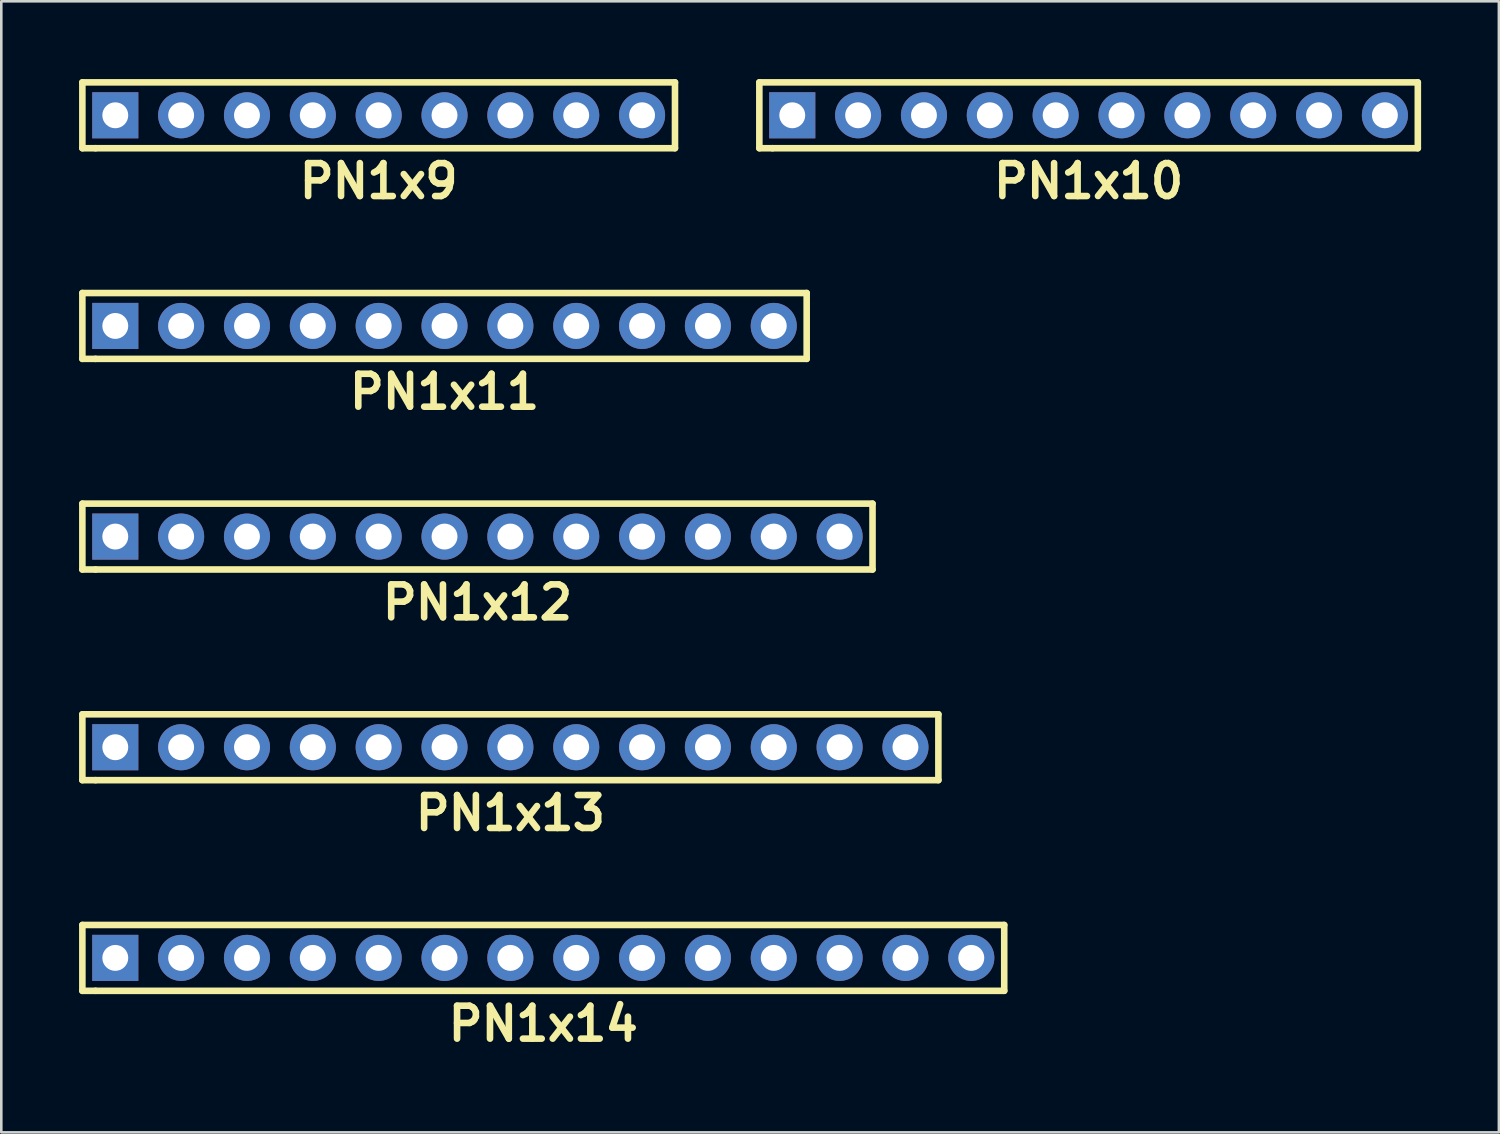
<source format=kicad_pcb>
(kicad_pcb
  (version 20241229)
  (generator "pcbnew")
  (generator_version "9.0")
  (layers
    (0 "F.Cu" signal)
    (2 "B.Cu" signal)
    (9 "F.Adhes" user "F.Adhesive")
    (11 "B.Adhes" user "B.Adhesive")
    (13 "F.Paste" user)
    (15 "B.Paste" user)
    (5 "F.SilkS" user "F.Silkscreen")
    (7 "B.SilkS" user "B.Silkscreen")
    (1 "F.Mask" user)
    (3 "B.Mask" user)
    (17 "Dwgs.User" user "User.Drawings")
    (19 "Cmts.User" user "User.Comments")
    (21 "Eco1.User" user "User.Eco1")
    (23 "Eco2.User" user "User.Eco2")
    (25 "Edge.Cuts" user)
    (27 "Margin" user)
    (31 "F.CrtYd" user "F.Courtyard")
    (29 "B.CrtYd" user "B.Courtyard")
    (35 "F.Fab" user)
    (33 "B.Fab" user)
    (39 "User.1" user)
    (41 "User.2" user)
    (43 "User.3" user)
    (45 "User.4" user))
  (footprint "PN1x9"
    (layer "F.Cu")
    (at 11.557 1.397)
    (property "Reference" "PN1x9" (at 0 2.54 0) (layer "F.SilkS") (effects (font (size 1.27 1.27) (thickness 0.254))))
    (attr smd)
    (fp_line (start -11.43 -1.27) (end -11.43 1.27) (stroke (width 0.254) (type solid)) (layer "F.SilkS"))
    (fp_line (start -11.43 -1.27) (end 11.43 -1.27) (stroke (width 0.254) (type solid)) (layer "F.SilkS"))
    (fp_line (start -10.922 1.27) (end -11.43 1.27) (stroke (width 0.254) (type solid)) (layer "F.SilkS"))
    (fp_line (start 11.43 -1.27) (end 11.43 1.27) (stroke (width 0.254) (type solid)) (layer "F.SilkS"))
    (fp_line (start 11.43 1.27) (end -10.922 1.27) (stroke (width 0.254) (type solid)) (layer "F.SilkS"))
    (pad "1" thru_hole rect (at -10.16 0) (size 1.778 1.778) (drill 1) (layers "*.Cu" "*.Mask"))
    (pad "2" thru_hole circle (at -7.62 0) (size 1.778 1.778) (drill 1) (layers "*.Cu" "*.Mask"))
    (pad "3" thru_hole circle (at -5.08 0) (size 1.778 1.778) (drill 1) (layers "*.Cu" "*.Mask"))
    (pad "4" thru_hole circle (at -2.54 0) (size 1.778 1.778) (drill 1) (layers "*.Cu" "*.Mask"))
    (pad "5" thru_hole circle (at 0 0) (size 1.778 1.778) (drill 1) (layers "*.Cu" "*.Mask"))
    (pad "6" thru_hole circle (at 2.54 0) (size 1.778 1.778) (drill 1) (layers "*.Cu" "*.Mask"))
    (pad "7" thru_hole circle (at 5.08 0) (size 1.778 1.778) (drill 1) (layers "*.Cu" "*.Mask"))
    (pad "8" thru_hole circle (at 7.62 0) (size 1.778 1.778) (drill 1) (layers "*.Cu" "*.Mask"))
    (pad "9" thru_hole circle (at 10.16 0) (size 1.778 1.778) (drill 1) (layers "*.Cu" "*.Mask")))
  (footprint "PN1x11"
    (layer "F.Cu")
    (at 14.097 9.523)
    (property "Reference" "PN1x11" (at 0 2.54 0) (layer "F.SilkS") (effects (font (size 1.27 1.27) (thickness 0.254))))
    (attr smd)
    (fp_line (start -13.97 -1.27) (end -13.97 1.27) (stroke (width 0.254) (type solid)) (layer "F.SilkS"))
    (fp_line (start -13.97 -1.27) (end 13.97 -1.27) (stroke (width 0.254) (type solid)) (layer "F.SilkS"))
    (fp_line (start -13.462 1.27) (end -13.97 1.27) (stroke (width 0.254) (type solid)) (layer "F.SilkS"))
    (fp_line (start 13.97 -1.27) (end 13.97 1.27) (stroke (width 0.254) (type solid)) (layer "F.SilkS"))
    (fp_line (start 13.97 1.27) (end -13.462 1.27) (stroke (width 0.254) (type solid)) (layer "F.SilkS"))
    (pad "1" thru_hole rect (at -12.7 0) (size 1.778 1.778) (drill 1) (layers "*.Cu" "*.Mask"))
    (pad "2" thru_hole circle (at -10.16 0) (size 1.778 1.778) (drill 1) (layers "*.Cu" "*.Mask"))
    (pad "3" thru_hole circle (at -7.62 0) (size 1.778 1.778) (drill 1) (layers "*.Cu" "*.Mask"))
    (pad "4" thru_hole circle (at -5.08 0) (size 1.778 1.778) (drill 1) (layers "*.Cu" "*.Mask"))
    (pad "5" thru_hole circle (at -2.54 0) (size 1.778 1.778) (drill 1) (layers "*.Cu" "*.Mask"))
    (pad "6" thru_hole circle (at 0 0) (size 1.778 1.778) (drill 1) (layers "*.Cu" "*.Mask"))
    (pad "7" thru_hole circle (at 2.54 0) (size 1.778 1.778) (drill 1) (layers "*.Cu" "*.Mask"))
    (pad "8" thru_hole circle (at 5.08 0) (size 1.778 1.778) (drill 1) (layers "*.Cu" "*.Mask"))
    (pad "9" thru_hole circle (at 7.62 0) (size 1.778 1.778) (drill 1) (layers "*.Cu" "*.Mask"))
    (pad "10" thru_hole circle (at 10.16 0) (size 1.778 1.778) (drill 1) (layers "*.Cu" "*.Mask"))
    (pad "11" thru_hole circle (at 12.7 0) (size 1.778 1.778) (drill 1) (layers "*.Cu" "*.Mask")))
  (footprint "PN1x14"
    (layer "F.Cu")
    (at 17.907 33.9)
    (property "Reference" "PN1x14" (at 0 2.54 0) (layer "F.SilkS") (effects (font (size 1.27 1.27) (thickness 0.254))))
    (attr smd)
    (fp_line (start -17.78 -1.27) (end -17.78 1.27) (stroke (width 0.254) (type solid)) (layer "F.SilkS"))
    (fp_line (start -17.78 -1.27) (end 17.78 -1.27) (stroke (width 0.254) (type solid)) (layer "F.SilkS"))
    (fp_line (start -17.272 1.27) (end -17.78 1.27) (stroke (width 0.254) (type solid)) (layer "F.SilkS"))
    (fp_line (start 17.78 -1.27) (end 17.78 1.27) (stroke (width 0.254) (type solid)) (layer "F.SilkS"))
    (fp_line (start 17.78 1.27) (end -17.272 1.27) (stroke (width 0.254) (type solid)) (layer "F.SilkS"))
    (pad "1" thru_hole rect (at -16.51 0) (size 1.778 1.778) (drill 1) (layers "*.Cu" "*.Mask"))
    (pad "2" thru_hole circle (at -13.97 0) (size 1.778 1.778) (drill 1) (layers "*.Cu" "*.Mask"))
    (pad "3" thru_hole circle (at -11.43 0) (size 1.778 1.778) (drill 1) (layers "*.Cu" "*.Mask"))
    (pad "4" thru_hole circle (at -8.89 0) (size 1.778 1.778) (drill 1) (layers "*.Cu" "*.Mask"))
    (pad "5" thru_hole circle (at -6.35 0) (size 1.778 1.778) (drill 1) (layers "*.Cu" "*.Mask"))
    (pad "6" thru_hole circle (at -3.81 0) (size 1.778 1.778) (drill 1) (layers "*.Cu" "*.Mask"))
    (pad "7" thru_hole circle (at -1.27 0) (size 1.778 1.778) (drill 1) (layers "*.Cu" "*.Mask"))
    (pad "8" thru_hole circle (at 1.27 0) (size 1.778 1.778) (drill 1) (layers "*.Cu" "*.Mask"))
    (pad "9" thru_hole circle (at 3.81 0) (size 1.778 1.778) (drill 1) (layers "*.Cu" "*.Mask"))
    (pad "10" thru_hole circle (at 6.35 0) (size 1.778 1.778) (drill 1) (layers "*.Cu" "*.Mask"))
    (pad "11" thru_hole circle (at 8.89 0) (size 1.778 1.778) (drill 1) (layers "*.Cu" "*.Mask"))
    (pad "12" thru_hole circle (at 11.43 0) (size 1.778 1.778) (drill 1) (layers "*.Cu" "*.Mask"))
    (pad "13" thru_hole circle (at 13.97 0) (size 1.778 1.778) (drill 1) (layers "*.Cu" "*.Mask"))
    (pad "14" thru_hole circle (at 16.51 0) (size 1.778 1.778) (drill 1) (layers "*.Cu" "*.Mask")))
  (footprint "PN1x10"
    (layer "F.Cu")
    (at 38.941 1.397)
    (property "Reference" "PN1x10" (at 0 2.54 0) (layer "F.SilkS") (effects (font (size 1.27 1.27) (thickness 0.254))))
    (attr smd)
    (fp_line (start -12.7 -1.27) (end -12.7 1.27) (stroke (width 0.254) (type solid)) (layer "F.SilkS"))
    (fp_line (start -12.7 -1.27) (end 12.7 -1.27) (stroke (width 0.254) (type solid)) (layer "F.SilkS"))
    (fp_line (start -12.192 1.27) (end -12.7 1.27) (stroke (width 0.254) (type solid)) (layer "F.SilkS"))
    (fp_line (start 12.7 -1.27) (end 12.7 1.27) (stroke (width 0.254) (type solid)) (layer "F.SilkS"))
    (fp_line (start 12.7 1.27) (end -12.192 1.27) (stroke (width 0.254) (type solid)) (layer "F.SilkS"))
    (pad "1" thru_hole rect (at -11.43 0) (size 1.778 1.778) (drill 1) (layers "*.Cu" "*.Mask"))
    (pad "2" thru_hole circle (at -8.89 0) (size 1.778 1.778) (drill 1) (layers "*.Cu" "*.Mask"))
    (pad "3" thru_hole circle (at -6.35 0) (size 1.778 1.778) (drill 1) (layers "*.Cu" "*.Mask"))
    (pad "4" thru_hole circle (at -3.81 0) (size 1.778 1.778) (drill 1) (layers "*.Cu" "*.Mask"))
    (pad "5" thru_hole circle (at -1.27 0) (size 1.778 1.778) (drill 1) (layers "*.Cu" "*.Mask"))
    (pad "6" thru_hole circle (at 1.27 0) (size 1.778 1.778) (drill 1) (layers "*.Cu" "*.Mask"))
    (pad "7" thru_hole circle (at 3.81 0) (size 1.778 1.778) (drill 1) (layers "*.Cu" "*.Mask"))
    (pad "8" thru_hole circle (at 6.35 0) (size 1.778 1.778) (drill 1) (layers "*.Cu" "*.Mask"))
    (pad "9" thru_hole circle (at 8.89 0) (size 1.778 1.778) (drill 1) (layers "*.Cu" "*.Mask"))
    (pad "10" thru_hole circle (at 11.43 0) (size 1.778 1.778) (drill 1) (layers "*.Cu" "*.Mask")))
  (footprint "PN1x13"
    (layer "F.Cu")
    (at 16.637 25.774)
    (property "Reference" "PN1x13" (at 0 2.54 0) (layer "F.SilkS") (effects (font (size 1.27 1.27) (thickness 0.254))))
    (attr smd)
    (fp_line (start -16.51 -1.27) (end -16.51 1.27) (stroke (width 0.254) (type solid)) (layer "F.SilkS"))
    (fp_line (start -16.51 -1.27) (end 16.51 -1.27) (stroke (width 0.254) (type solid)) (layer "F.SilkS"))
    (fp_line (start -16.002 1.27) (end -16.51 1.27) (stroke (width 0.254) (type solid)) (layer "F.SilkS"))
    (fp_line (start 16.51 -1.27) (end 16.51 1.27) (stroke (width 0.254) (type solid)) (layer "F.SilkS"))
    (fp_line (start 16.51 1.27) (end -16.002 1.27) (stroke (width 0.254) (type solid)) (layer "F.SilkS"))
    (pad "1" thru_hole rect (at -15.24 0) (size 1.778 1.778) (drill 1) (layers "*.Cu" "*.Mask"))
    (pad "2" thru_hole circle (at -12.7 0) (size 1.778 1.778) (drill 1) (layers "*.Cu" "*.Mask"))
    (pad "3" thru_hole circle (at -10.16 0) (size 1.778 1.778) (drill 1) (layers "*.Cu" "*.Mask"))
    (pad "4" thru_hole circle (at -7.62 0) (size 1.778 1.778) (drill 1) (layers "*.Cu" "*.Mask"))
    (pad "5" thru_hole circle (at -5.08 0) (size 1.778 1.778) (drill 1) (layers "*.Cu" "*.Mask"))
    (pad "6" thru_hole circle (at -2.54 0) (size 1.778 1.778) (drill 1) (layers "*.Cu" "*.Mask"))
    (pad "7" thru_hole circle (at 0 0) (size 1.778 1.778) (drill 1) (layers "*.Cu" "*.Mask"))
    (pad "8" thru_hole circle (at 2.54 0) (size 1.778 1.778) (drill 1) (layers "*.Cu" "*.Mask"))
    (pad "9" thru_hole circle (at 5.08 0) (size 1.778 1.778) (drill 1) (layers "*.Cu" "*.Mask"))
    (pad "10" thru_hole circle (at 7.62 0) (size 1.778 1.778) (drill 1) (layers "*.Cu" "*.Mask"))
    (pad "11" thru_hole circle (at 10.16 0) (size 1.778 1.778) (drill 1) (layers "*.Cu" "*.Mask"))
    (pad "12" thru_hole circle (at 12.7 0) (size 1.778 1.778) (drill 1) (layers "*.Cu" "*.Mask"))
    (pad "13" thru_hole circle (at 15.24 0) (size 1.778 1.778) (drill 1) (layers "*.Cu" "*.Mask")))
  (footprint "PN1x12"
    (layer "F.Cu")
    (at 15.367 17.648)
    (property "Reference" "PN1x12" (at 0 2.54 0) (layer "F.SilkS") (effects (font (size 1.27 1.27) (thickness 0.254))))
    (attr smd)
    (fp_line (start -15.24 -1.27) (end -15.24 1.27) (stroke (width 0.254) (type solid)) (layer "F.SilkS"))
    (fp_line (start -15.24 -1.27) (end 15.24 -1.27) (stroke (width 0.254) (type solid)) (layer "F.SilkS"))
    (fp_line (start -14.732 1.27) (end -15.24 1.27) (stroke (width 0.254) (type solid)) (layer "F.SilkS"))
    (fp_line (start 15.24 -1.27) (end 15.24 1.27) (stroke (width 0.254) (type solid)) (layer "F.SilkS"))
    (fp_line (start 15.24 1.27) (end -14.732 1.27) (stroke (width 0.254) (type solid)) (layer "F.SilkS"))
    (pad "1" thru_hole rect (at -13.97 0) (size 1.778 1.778) (drill 1) (layers "*.Cu" "*.Mask"))
    (pad "2" thru_hole circle (at -11.43 0) (size 1.778 1.778) (drill 1) (layers "*.Cu" "*.Mask"))
    (pad "3" thru_hole circle (at -8.89 0) (size 1.778 1.778) (drill 1) (layers "*.Cu" "*.Mask"))
    (pad "4" thru_hole circle (at -6.35 0) (size 1.778 1.778) (drill 1) (layers "*.Cu" "*.Mask"))
    (pad "5" thru_hole circle (at -3.81 0) (size 1.778 1.778) (drill 1) (layers "*.Cu" "*.Mask"))
    (pad "6" thru_hole circle (at -1.27 0) (size 1.778 1.778) (drill 1) (layers "*.Cu" "*.Mask"))
    (pad "7" thru_hole circle (at 1.27 0) (size 1.778 1.778) (drill 1) (layers "*.Cu" "*.Mask"))
    (pad "8" thru_hole circle (at 3.81 0) (size 1.778 1.778) (drill 1) (layers "*.Cu" "*.Mask"))
    (pad "9" thru_hole circle (at 6.35 0) (size 1.778 1.778) (drill 1) (layers "*.Cu" "*.Mask"))
    (pad "10" thru_hole circle (at 8.89 0) (size 1.778 1.778) (drill 1) (layers "*.Cu" "*.Mask"))
    (pad "11" thru_hole circle (at 11.43 0) (size 1.778 1.778) (drill 1) (layers "*.Cu" "*.Mask"))
    (pad "12" thru_hole circle (at 13.97 0) (size 1.778 1.778) (drill 1) (layers "*.Cu" "*.Mask")))
  (gr_rect
    (start -3 -3)
    (end 54.768 40.629)
    (stroke (width 0.1) (type default))
    (fill no)
    (layer "Edge.Cuts")))
</source>
